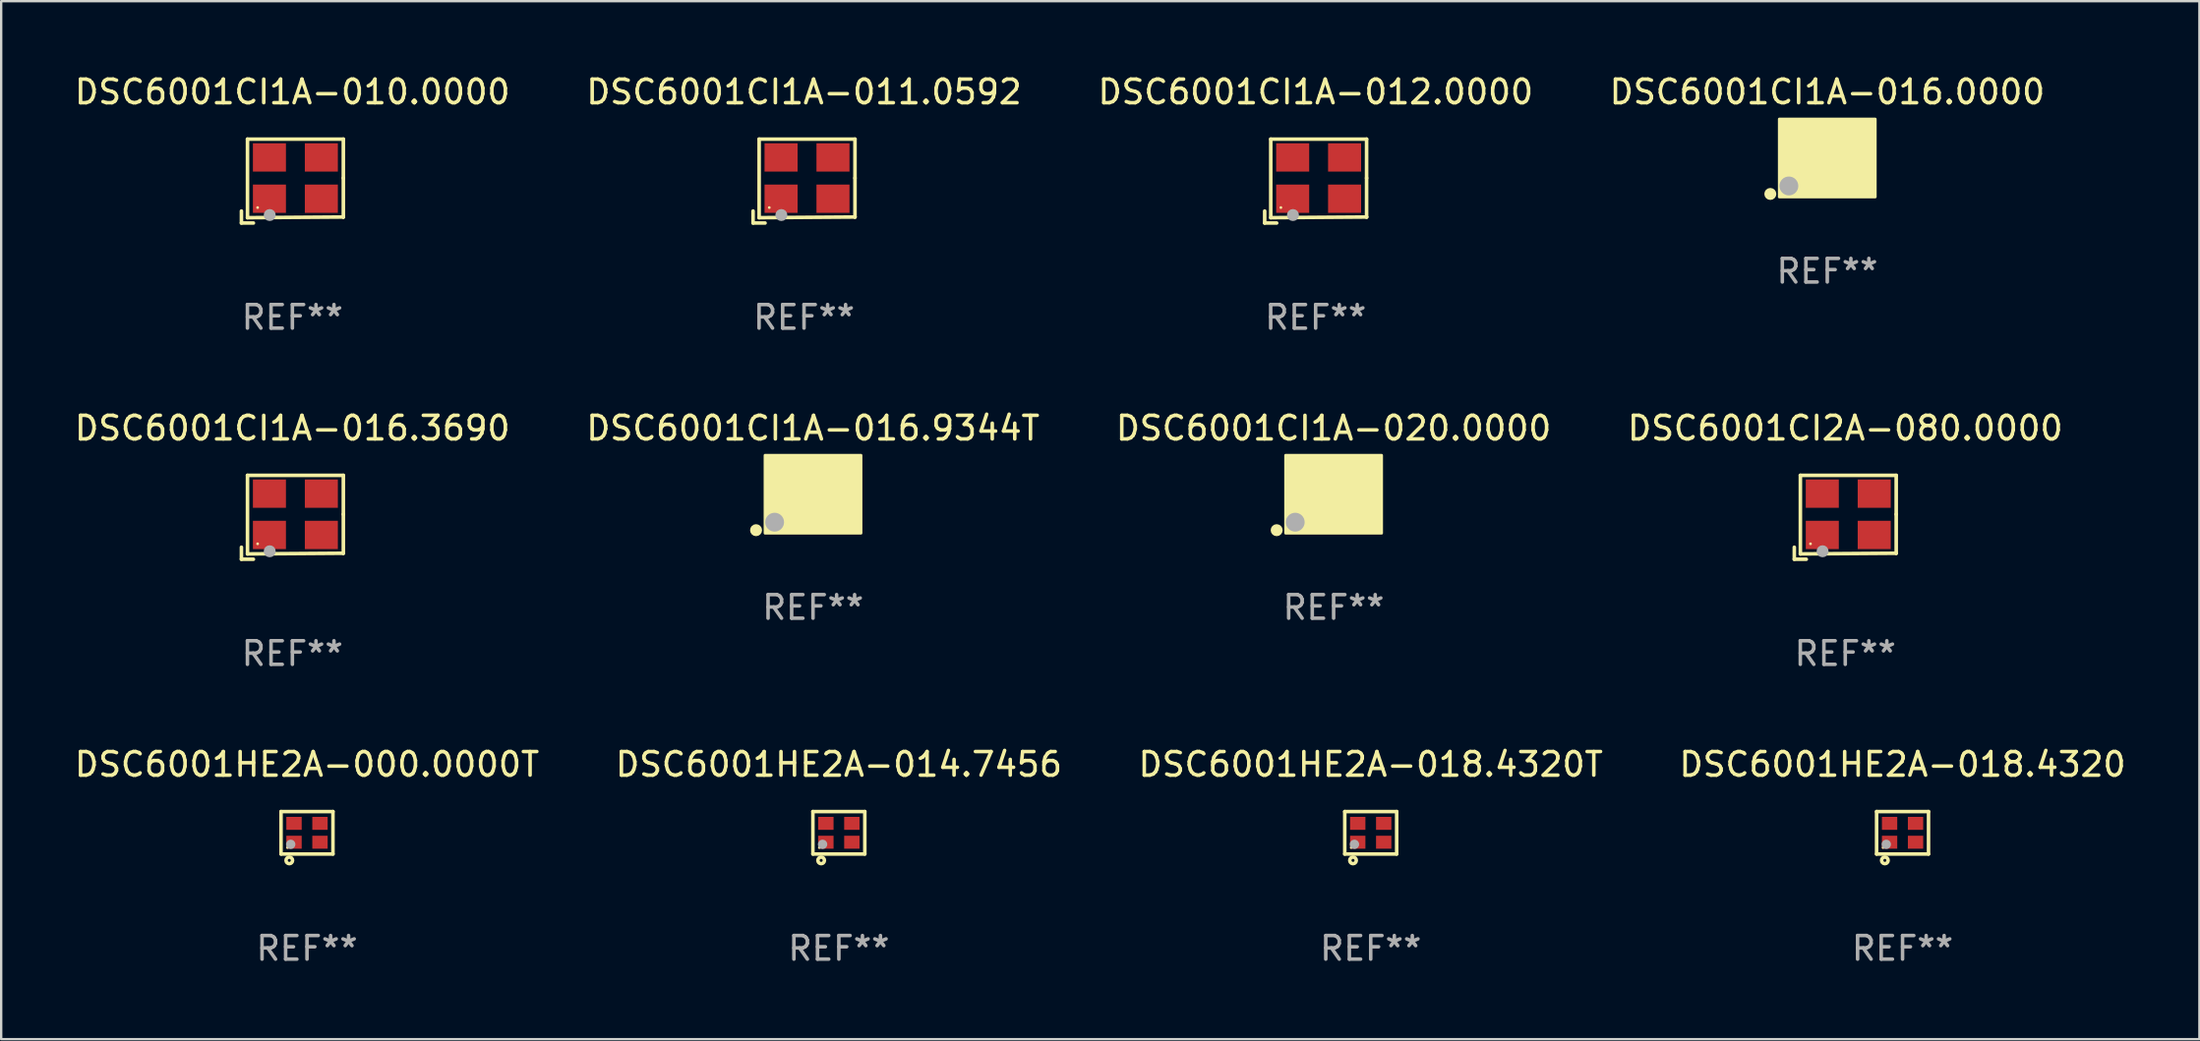
<source format=kicad_pcb>
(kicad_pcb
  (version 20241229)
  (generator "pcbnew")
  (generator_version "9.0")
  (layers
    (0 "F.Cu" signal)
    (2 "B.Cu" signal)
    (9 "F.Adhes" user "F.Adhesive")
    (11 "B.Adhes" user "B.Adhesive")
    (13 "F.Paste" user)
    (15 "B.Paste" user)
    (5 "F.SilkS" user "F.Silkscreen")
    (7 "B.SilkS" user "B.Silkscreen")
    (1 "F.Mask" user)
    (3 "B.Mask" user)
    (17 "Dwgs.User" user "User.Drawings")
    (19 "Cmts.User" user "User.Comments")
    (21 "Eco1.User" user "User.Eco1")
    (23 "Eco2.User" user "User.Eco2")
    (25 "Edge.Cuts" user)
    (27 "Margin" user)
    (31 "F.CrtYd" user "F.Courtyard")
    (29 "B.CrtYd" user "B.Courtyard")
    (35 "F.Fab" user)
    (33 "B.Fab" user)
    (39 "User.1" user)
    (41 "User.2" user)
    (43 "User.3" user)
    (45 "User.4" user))
  (footprint "DSC6001CI1A-016.9344T"
    (layer "F.Cu")
    (at 31.399 17.901)
    (property "Reference" "DSC6001CI1A-016.9344T" (at 0 -2.8 0) (layer "F.SilkS") (effects (font (size 1 1) (thickness 0.15))))
    (attr through_hole)
    (fp_circle (center -2.413 1.524) (end -2.286 1.524) (stroke (width 0.254) (type solid)) (fill no) (layer "F.SilkS"))
    (fp_circle (center -1.6 1.25) (end -1.57 1.25) (stroke (width 0.06) (type solid)) (fill no) (layer "F.SilkS"))
    (fp_poly (pts (xy -2.032 -1.651) (xy 2.032 -1.651) (xy 2.032 1.651) (xy -2.032 1.651)) (stroke (width 0.12) (type solid)) (fill yes) (layer "F.SilkS"))
    (fp_circle (center -1.627 1.185) (end -1.427 1.185) (stroke (width 0.4) (type solid)) (fill no) (layer "F.Fab"))
    (fp_text user "REF**" (at 0 4.8 0) (layer "F.Fab") (effects (font (size 1 1) (thickness 0.15))))
    (pad "1" smd rect (at -1.05 0.8) (size 1.4 1.2) (layers "F.Cu" "F.Mask" "F.Paste"))
    (pad "2" smd rect (at 1.05 0.8) (size 1.4 1.2) (layers "F.Cu" "F.Mask" "F.Paste"))
    (pad "3" smd rect (at 1.05 -0.8) (size 1.4 1.2) (layers "F.Cu" "F.Mask" "F.Paste"))
    (pad "4" smd rect (at -1.05 -0.8) (size 1.4 1.2) (layers "F.Cu" "F.Mask" "F.Paste")))
  (footprint "DSC6001HE2A-014.7456"
    (layer "F.Cu")
    (at 32.494 32.253)
    (property "Reference" "DSC6001HE2A-014.7456" (at 0 -2.9 0) (layer "F.SilkS") (effects (font (size 1 1) (thickness 0.15))))
    (attr through_hole)
    (fp_line (start -1.1 -0.9) (end -1.1 0.9) (stroke (width 0.15) (type solid)) (layer "F.SilkS"))
    (fp_line (start -1.1 -0.9) (end 1.1 -0.9) (stroke (width 0.15) (type solid)) (layer "F.SilkS"))
    (fp_line (start -1.1 0.9) (end 1.1 0.9) (stroke (width 0.15) (type solid)) (layer "F.SilkS"))
    (fp_line (start 1.1 -0.9) (end 1.1 0.9) (stroke (width 0.15) (type solid)) (layer "F.SilkS"))
    (fp_circle (center -0.825 0.625) (end -0.795 0.625) (stroke (width 0.06) (type solid)) (fill no) (layer "F.SilkS"))
    (fp_circle (center -0.75 1.17) (end -0.686 1.17) (stroke (width 0.15) (type solid)) (fill no) (layer "F.SilkS"))
    (fp_circle (center -0.69 0.49) (end -0.59 0.49) (stroke (width 0.2) (type solid)) (fill no) (layer "F.Fab"))
    (fp_text user "REF**" (at 0 4.9 0) (layer "F.Fab") (effects (font (size 1 1) (thickness 0.15))))
    (pad "1" smd rect (at -0.55 0.4) (size 0.65 0.55) (layers "F.Cu" "F.Mask" "F.Paste"))
    (pad "2" smd rect (at 0.55 0.4) (size 0.65 0.55) (layers "F.Cu" "F.Mask" "F.Paste"))
    (pad "3" smd rect (at 0.55 -0.4) (size 0.65 0.55) (layers "F.Cu" "F.Mask" "F.Paste"))
    (pad "4" smd rect (at -0.55 -0.4) (size 0.65 0.55) (layers "F.Cu" "F.Mask" "F.Paste")))
  (footprint "DSC6001CI1A-016.3690"
    (layer "F.Cu")
    (at 9.339 18.879)
    (property "Reference" "DSC6001CI1A-016.3690" (at 0 -3.778 0) (layer "F.SilkS") (effects (font (size 1 1) (thickness 0.15))))
    (attr through_hole)
    (fp_line (start -2.159 1.27) (end -2.159 1.778) (stroke (width 0.152) (type solid)) (layer "F.SilkS"))
    (fp_line (start -2.159 1.778) (end -1.651 1.778) (stroke (width 0.152) (type solid)) (layer "F.SilkS"))
    (fp_line (start -1.902 -1.778) (end 2.159 -1.778) (stroke (width 0.152) (type solid)) (layer "F.SilkS"))
    (fp_line (start -1.902 1.552) (end -1.902 -1.778) (stroke (width 0.152) (type solid)) (layer "F.SilkS"))
    (fp_line (start 2.159 -1.778) (end 2.159 -0.127) (stroke (width 0.152) (type solid)) (layer "F.SilkS"))
    (fp_line (start 2.159 -0.127) (end 2.159 1.524) (stroke (width 0.152) (type solid)) (layer "F.SilkS"))
    (fp_line (start 2.159 1.524) (end -1.902 1.552) (stroke (width 0.152) (type solid)) (layer "F.SilkS"))
    (fp_line (start 2.159 1.524) (end 2.159 1.524) (stroke (width 0.152) (type solid)) (layer "F.SilkS"))
    (fp_circle (center -1.473 1.123) (end -1.443 1.123) (stroke (width 0.06) (type solid)) (fill no) (layer "F.SilkS"))
    (fp_circle (center -0.961 1.44) (end -0.834 1.44) (stroke (width 0.254) (type solid)) (fill no) (layer "F.Fab"))
    (fp_text user "REF**" (at 0 5.778 0) (layer "F.Fab") (effects (font (size 1 1) (thickness 0.15))))
    (pad "1" smd rect (at -0.973 0.748) (size 1.4 1.2) (layers "F.Cu" "F.Mask" "F.Paste"))
    (pad "2" smd rect (at 1.227 0.748) (size 1.4 1.2) (layers "F.Cu" "F.Mask" "F.Paste"))
    (pad "3" smd rect (at 1.227 -1.002) (size 1.4 1.2) (layers "F.Cu" "F.Mask" "F.Paste"))
    (pad "4" smd rect (at -0.973 -1.002) (size 1.4 1.2) (layers "F.Cu" "F.Mask" "F.Paste")))
  (footprint "DSC6001HE2A-000.0000T"
    (layer "F.Cu")
    (at 9.958 32.253)
    (property "Reference" "DSC6001HE2A-000.0000T" (at 0 -2.9 0) (layer "F.SilkS") (effects (font (size 1 1) (thickness 0.15))))
    (attr through_hole)
    (fp_line (start -1.1 -0.9) (end -1.1 0.9) (stroke (width 0.15) (type solid)) (layer "F.SilkS"))
    (fp_line (start -1.1 -0.9) (end 1.1 -0.9) (stroke (width 0.15) (type solid)) (layer "F.SilkS"))
    (fp_line (start -1.1 0.9) (end 1.1 0.9) (stroke (width 0.15) (type solid)) (layer "F.SilkS"))
    (fp_line (start 1.1 -0.9) (end 1.1 0.9) (stroke (width 0.15) (type solid)) (layer "F.SilkS"))
    (fp_circle (center -0.825 0.625) (end -0.795 0.625) (stroke (width 0.06) (type solid)) (fill no) (layer "F.SilkS"))
    (fp_circle (center -0.75 1.17) (end -0.686 1.17) (stroke (width 0.15) (type solid)) (fill no) (layer "F.SilkS"))
    (fp_circle (center -0.69 0.49) (end -0.59 0.49) (stroke (width 0.2) (type solid)) (fill no) (layer "F.Fab"))
    (fp_text user "REF**" (at 0 4.9 0) (layer "F.Fab") (effects (font (size 1 1) (thickness 0.15))))
    (pad "1" smd rect (at -0.55 0.4) (size 0.65 0.55) (layers "F.Cu" "F.Mask" "F.Paste"))
    (pad "2" smd rect (at 0.55 0.4) (size 0.65 0.55) (layers "F.Cu" "F.Mask" "F.Paste"))
    (pad "3" smd rect (at 0.55 -0.4) (size 0.65 0.55) (layers "F.Cu" "F.Mask" "F.Paste"))
    (pad "4" smd rect (at -0.55 -0.4) (size 0.65 0.55) (layers "F.Cu" "F.Mask" "F.Paste")))
  (footprint "DSC6001HE2A-018.4320"
    (layer "F.Cu")
    (at 77.565 32.253)
    (property "Reference" "DSC6001HE2A-018.4320" (at 0 -2.9 0) (layer "F.SilkS") (effects (font (size 1 1) (thickness 0.15))))
    (attr through_hole)
    (fp_line (start -1.1 -0.9) (end -1.1 0.9) (stroke (width 0.15) (type solid)) (layer "F.SilkS"))
    (fp_line (start -1.1 -0.9) (end 1.1 -0.9) (stroke (width 0.15) (type solid)) (layer "F.SilkS"))
    (fp_line (start -1.1 0.9) (end 1.1 0.9) (stroke (width 0.15) (type solid)) (layer "F.SilkS"))
    (fp_line (start 1.1 -0.9) (end 1.1 0.9) (stroke (width 0.15) (type solid)) (layer "F.SilkS"))
    (fp_circle (center -0.825 0.625) (end -0.795 0.625) (stroke (width 0.06) (type solid)) (fill no) (layer "F.SilkS"))
    (fp_circle (center -0.75 1.17) (end -0.686 1.17) (stroke (width 0.15) (type solid)) (fill no) (layer "F.SilkS"))
    (fp_circle (center -0.69 0.49) (end -0.59 0.49) (stroke (width 0.2) (type solid)) (fill no) (layer "F.Fab"))
    (fp_text user "REF**" (at 0 4.9 0) (layer "F.Fab") (effects (font (size 1 1) (thickness 0.15))))
    (pad "1" smd rect (at -0.55 0.4) (size 0.65 0.55) (layers "F.Cu" "F.Mask" "F.Paste"))
    (pad "2" smd rect (at 0.55 0.4) (size 0.65 0.55) (layers "F.Cu" "F.Mask" "F.Paste"))
    (pad "3" smd rect (at 0.55 -0.4) (size 0.65 0.55) (layers "F.Cu" "F.Mask" "F.Paste"))
    (pad "4" smd rect (at -0.55 -0.4) (size 0.65 0.55) (layers "F.Cu" "F.Mask" "F.Paste")))
  (footprint "DSC6001CI1A-016.0000"
    (layer "F.Cu")
    (at 74.375 3.648)
    (property "Reference" "DSC6001CI1A-016.0000" (at 0 -2.8 0) (layer "F.SilkS") (effects (font (size 1 1) (thickness 0.15))))
    (attr through_hole)
    (fp_circle (center -2.413 1.524) (end -2.286 1.524) (stroke (width 0.254) (type solid)) (fill no) (layer "F.SilkS"))
    (fp_circle (center -1.6 1.25) (end -1.57 1.25) (stroke (width 0.06) (type solid)) (fill no) (layer "F.SilkS"))
    (fp_poly (pts (xy -2.032 -1.651) (xy 2.032 -1.651) (xy 2.032 1.651) (xy -2.032 1.651)) (stroke (width 0.12) (type solid)) (fill yes) (layer "F.SilkS"))
    (fp_circle (center -1.627 1.185) (end -1.427 1.185) (stroke (width 0.4) (type solid)) (fill no) (layer "F.Fab"))
    (fp_text user "REF**" (at 0 4.8 0) (layer "F.Fab") (effects (font (size 1 1) (thickness 0.15))))
    (pad "1" smd rect (at -1.05 0.8) (size 1.4 1.2) (layers "F.Cu" "F.Mask" "F.Paste"))
    (pad "2" smd rect (at 1.05 0.8) (size 1.4 1.2) (layers "F.Cu" "F.Mask" "F.Paste"))
    (pad "3" smd rect (at 1.05 -0.8) (size 1.4 1.2) (layers "F.Cu" "F.Mask" "F.Paste"))
    (pad "4" smd rect (at -1.05 -0.8) (size 1.4 1.2) (layers "F.Cu" "F.Mask" "F.Paste")))
  (footprint "DSC6001CI1A-011.0592"
    (layer "F.Cu")
    (at 31.018 4.626)
    (property "Reference" "DSC6001CI1A-011.0592" (at 0 -3.778 0) (layer "F.SilkS") (effects (font (size 1 1) (thickness 0.15))))
    (attr through_hole)
    (fp_line (start -2.159 1.27) (end -2.159 1.778) (stroke (width 0.152) (type solid)) (layer "F.SilkS"))
    (fp_line (start -2.159 1.778) (end -1.651 1.778) (stroke (width 0.152) (type solid)) (layer "F.SilkS"))
    (fp_line (start -1.902 -1.778) (end 2.159 -1.778) (stroke (width 0.152) (type solid)) (layer "F.SilkS"))
    (fp_line (start -1.902 1.552) (end -1.902 -1.778) (stroke (width 0.152) (type solid)) (layer "F.SilkS"))
    (fp_line (start 2.159 -1.778) (end 2.159 -0.127) (stroke (width 0.152) (type solid)) (layer "F.SilkS"))
    (fp_line (start 2.159 -0.127) (end 2.159 1.524) (stroke (width 0.152) (type solid)) (layer "F.SilkS"))
    (fp_line (start 2.159 1.524) (end -1.902 1.552) (stroke (width 0.152) (type solid)) (layer "F.SilkS"))
    (fp_line (start 2.159 1.524) (end 2.159 1.524) (stroke (width 0.152) (type solid)) (layer "F.SilkS"))
    (fp_circle (center -1.473 1.123) (end -1.443 1.123) (stroke (width 0.06) (type solid)) (fill no) (layer "F.SilkS"))
    (fp_circle (center -0.961 1.44) (end -0.834 1.44) (stroke (width 0.254) (type solid)) (fill no) (layer "F.Fab"))
    (fp_text user "REF**" (at 0 5.778 0) (layer "F.Fab") (effects (font (size 1 1) (thickness 0.15))))
    (pad "1" smd rect (at -0.973 0.748) (size 1.4 1.2) (layers "F.Cu" "F.Mask" "F.Paste"))
    (pad "2" smd rect (at 1.227 0.748) (size 1.4 1.2) (layers "F.Cu" "F.Mask" "F.Paste"))
    (pad "3" smd rect (at 1.227 -1.002) (size 1.4 1.2) (layers "F.Cu" "F.Mask" "F.Paste"))
    (pad "4" smd rect (at -0.973 -1.002) (size 1.4 1.2) (layers "F.Cu" "F.Mask" "F.Paste")))
  (footprint "DSC6001CI1A-020.0000"
    (layer "F.Cu")
    (at 53.458 17.901)
    (property "Reference" "DSC6001CI1A-020.0000" (at 0 -2.8 0) (layer "F.SilkS") (effects (font (size 1 1) (thickness 0.15))))
    (attr through_hole)
    (fp_circle (center -2.413 1.524) (end -2.286 1.524) (stroke (width 0.254) (type solid)) (fill no) (layer "F.SilkS"))
    (fp_circle (center -1.6 1.25) (end -1.57 1.25) (stroke (width 0.06) (type solid)) (fill no) (layer "F.SilkS"))
    (fp_poly (pts (xy -2.032 -1.651) (xy 2.032 -1.651) (xy 2.032 1.651) (xy -2.032 1.651)) (stroke (width 0.12) (type solid)) (fill yes) (layer "F.SilkS"))
    (fp_circle (center -1.627 1.185) (end -1.427 1.185) (stroke (width 0.4) (type solid)) (fill no) (layer "F.Fab"))
    (fp_text user "REF**" (at 0 4.8 0) (layer "F.Fab") (effects (font (size 1 1) (thickness 0.15))))
    (pad "1" smd rect (at -1.05 0.8) (size 1.4 1.2) (layers "F.Cu" "F.Mask" "F.Paste"))
    (pad "2" smd rect (at 1.05 0.8) (size 1.4 1.2) (layers "F.Cu" "F.Mask" "F.Paste"))
    (pad "3" smd rect (at 1.05 -0.8) (size 1.4 1.2) (layers "F.Cu" "F.Mask" "F.Paste"))
    (pad "4" smd rect (at -1.05 -0.8) (size 1.4 1.2) (layers "F.Cu" "F.Mask" "F.Paste")))
  (footprint "DSC6001CI1A-012.0000"
    (layer "F.Cu")
    (at 52.696 4.626)
    (property "Reference" "DSC6001CI1A-012.0000" (at 0 -3.778 0) (layer "F.SilkS") (effects (font (size 1 1) (thickness 0.15))))
    (attr through_hole)
    (fp_line (start -2.159 1.27) (end -2.159 1.778) (stroke (width 0.152) (type solid)) (layer "F.SilkS"))
    (fp_line (start -2.159 1.778) (end -1.651 1.778) (stroke (width 0.152) (type solid)) (layer "F.SilkS"))
    (fp_line (start -1.902 -1.778) (end 2.159 -1.778) (stroke (width 0.152) (type solid)) (layer "F.SilkS"))
    (fp_line (start -1.902 1.552) (end -1.902 -1.778) (stroke (width 0.152) (type solid)) (layer "F.SilkS"))
    (fp_line (start 2.159 -1.778) (end 2.159 -0.127) (stroke (width 0.152) (type solid)) (layer "F.SilkS"))
    (fp_line (start 2.159 -0.127) (end 2.159 1.524) (stroke (width 0.152) (type solid)) (layer "F.SilkS"))
    (fp_line (start 2.159 1.524) (end -1.902 1.552) (stroke (width 0.152) (type solid)) (layer "F.SilkS"))
    (fp_line (start 2.159 1.524) (end 2.159 1.524) (stroke (width 0.152) (type solid)) (layer "F.SilkS"))
    (fp_circle (center -1.473 1.123) (end -1.443 1.123) (stroke (width 0.06) (type solid)) (fill no) (layer "F.SilkS"))
    (fp_circle (center -0.961 1.44) (end -0.834 1.44) (stroke (width 0.254) (type solid)) (fill no) (layer "F.Fab"))
    (fp_text user "REF**" (at 0 5.778 0) (layer "F.Fab") (effects (font (size 1 1) (thickness 0.15))))
    (pad "1" smd rect (at -0.973 0.748) (size 1.4 1.2) (layers "F.Cu" "F.Mask" "F.Paste"))
    (pad "2" smd rect (at 1.227 0.748) (size 1.4 1.2) (layers "F.Cu" "F.Mask" "F.Paste"))
    (pad "3" smd rect (at 1.227 -1.002) (size 1.4 1.2) (layers "F.Cu" "F.Mask" "F.Paste"))
    (pad "4" smd rect (at -0.973 -1.002) (size 1.4 1.2) (layers "F.Cu" "F.Mask" "F.Paste")))
  (footprint "DSC6001CI2A-080.0000"
    (layer "F.Cu")
    (at 75.137 18.879)
    (property "Reference" "DSC6001CI2A-080.0000" (at 0 -3.778 0) (layer "F.SilkS") (effects (font (size 1 1) (thickness 0.15))))
    (attr through_hole)
    (fp_line (start -2.159 1.27) (end -2.159 1.778) (stroke (width 0.152) (type solid)) (layer "F.SilkS"))
    (fp_line (start -2.159 1.778) (end -1.651 1.778) (stroke (width 0.152) (type solid)) (layer "F.SilkS"))
    (fp_line (start -1.902 -1.778) (end 2.159 -1.778) (stroke (width 0.152) (type solid)) (layer "F.SilkS"))
    (fp_line (start -1.902 1.552) (end -1.902 -1.778) (stroke (width 0.152) (type solid)) (layer "F.SilkS"))
    (fp_line (start 2.159 -1.778) (end 2.159 -0.127) (stroke (width 0.152) (type solid)) (layer "F.SilkS"))
    (fp_line (start 2.159 -0.127) (end 2.159 1.524) (stroke (width 0.152) (type solid)) (layer "F.SilkS"))
    (fp_line (start 2.159 1.524) (end -1.902 1.552) (stroke (width 0.152) (type solid)) (layer "F.SilkS"))
    (fp_line (start 2.159 1.524) (end 2.159 1.524) (stroke (width 0.152) (type solid)) (layer "F.SilkS"))
    (fp_circle (center -1.473 1.123) (end -1.443 1.123) (stroke (width 0.06) (type solid)) (fill no) (layer "F.SilkS"))
    (fp_circle (center -0.961 1.44) (end -0.834 1.44) (stroke (width 0.254) (type solid)) (fill no) (layer "F.Fab"))
    (fp_text user "REF**" (at 0 5.778 0) (layer "F.Fab") (effects (font (size 1 1) (thickness 0.15))))
    (pad "1" smd rect (at -0.973 0.748) (size 1.4 1.2) (layers "F.Cu" "F.Mask" "F.Paste"))
    (pad "2" smd rect (at 1.227 0.748) (size 1.4 1.2) (layers "F.Cu" "F.Mask" "F.Paste"))
    (pad "3" smd rect (at 1.227 -1.002) (size 1.4 1.2) (layers "F.Cu" "F.Mask" "F.Paste"))
    (pad "4" smd rect (at -0.973 -1.002) (size 1.4 1.2) (layers "F.Cu" "F.Mask" "F.Paste")))
  (footprint "DSC6001HE2A-018.4320T"
    (layer "F.Cu")
    (at 55.03 32.253)
    (property "Reference" "DSC6001HE2A-018.4320T" (at 0 -2.9 0) (layer "F.SilkS") (effects (font (size 1 1) (thickness 0.15))))
    (attr through_hole)
    (fp_line (start -1.1 -0.9) (end -1.1 0.9) (stroke (width 0.15) (type solid)) (layer "F.SilkS"))
    (fp_line (start -1.1 -0.9) (end 1.1 -0.9) (stroke (width 0.15) (type solid)) (layer "F.SilkS"))
    (fp_line (start -1.1 0.9) (end 1.1 0.9) (stroke (width 0.15) (type solid)) (layer "F.SilkS"))
    (fp_line (start 1.1 -0.9) (end 1.1 0.9) (stroke (width 0.15) (type solid)) (layer "F.SilkS"))
    (fp_circle (center -0.825 0.625) (end -0.795 0.625) (stroke (width 0.06) (type solid)) (fill no) (layer "F.SilkS"))
    (fp_circle (center -0.75 1.17) (end -0.686 1.17) (stroke (width 0.15) (type solid)) (fill no) (layer "F.SilkS"))
    (fp_circle (center -0.69 0.49) (end -0.59 0.49) (stroke (width 0.2) (type solid)) (fill no) (layer "F.Fab"))
    (fp_text user "REF**" (at 0 4.9 0) (layer "F.Fab") (effects (font (size 1 1) (thickness 0.15))))
    (pad "1" smd rect (at -0.55 0.4) (size 0.65 0.55) (layers "F.Cu" "F.Mask" "F.Paste"))
    (pad "2" smd rect (at 0.55 0.4) (size 0.65 0.55) (layers "F.Cu" "F.Mask" "F.Paste"))
    (pad "3" smd rect (at 0.55 -0.4) (size 0.65 0.55) (layers "F.Cu" "F.Mask" "F.Paste"))
    (pad "4" smd rect (at -0.55 -0.4) (size 0.65 0.55) (layers "F.Cu" "F.Mask" "F.Paste")))
  (footprint "DSC6001CI1A-010.0000"
    (layer "F.Cu")
    (at 9.339 4.626)
    (property "Reference" "DSC6001CI1A-010.0000" (at 0 -3.778 0) (layer "F.SilkS") (effects (font (size 1 1) (thickness 0.15))))
    (attr through_hole)
    (fp_line (start -2.159 1.27) (end -2.159 1.778) (stroke (width 0.152) (type solid)) (layer "F.SilkS"))
    (fp_line (start -2.159 1.778) (end -1.651 1.778) (stroke (width 0.152) (type solid)) (layer "F.SilkS"))
    (fp_line (start -1.902 -1.778) (end 2.159 -1.778) (stroke (width 0.152) (type solid)) (layer "F.SilkS"))
    (fp_line (start -1.902 1.552) (end -1.902 -1.778) (stroke (width 0.152) (type solid)) (layer "F.SilkS"))
    (fp_line (start 2.159 -1.778) (end 2.159 -0.127) (stroke (width 0.152) (type solid)) (layer "F.SilkS"))
    (fp_line (start 2.159 -0.127) (end 2.159 1.524) (stroke (width 0.152) (type solid)) (layer "F.SilkS"))
    (fp_line (start 2.159 1.524) (end -1.902 1.552) (stroke (width 0.152) (type solid)) (layer "F.SilkS"))
    (fp_line (start 2.159 1.524) (end 2.159 1.524) (stroke (width 0.152) (type solid)) (layer "F.SilkS"))
    (fp_circle (center -1.473 1.123) (end -1.443 1.123) (stroke (width 0.06) (type solid)) (fill no) (layer "F.SilkS"))
    (fp_circle (center -0.961 1.44) (end -0.834 1.44) (stroke (width 0.254) (type solid)) (fill no) (layer "F.Fab"))
    (fp_text user "REF**" (at 0 5.778 0) (layer "F.Fab") (effects (font (size 1 1) (thickness 0.15))))
    (pad "1" smd rect (at -0.973 0.748) (size 1.4 1.2) (layers "F.Cu" "F.Mask" "F.Paste"))
    (pad "2" smd rect (at 1.227 0.748) (size 1.4 1.2) (layers "F.Cu" "F.Mask" "F.Paste"))
    (pad "3" smd rect (at 1.227 -1.002) (size 1.4 1.2) (layers "F.Cu" "F.Mask" "F.Paste"))
    (pad "4" smd rect (at -0.973 -1.002) (size 1.4 1.2) (layers "F.Cu" "F.Mask" "F.Paste")))
  (gr_rect
    (start -3 -3)
    (end 90.143 41.002)
    (stroke (width 0.1) (type default))
    (fill no)
    (layer "Edge.Cuts")))
</source>
